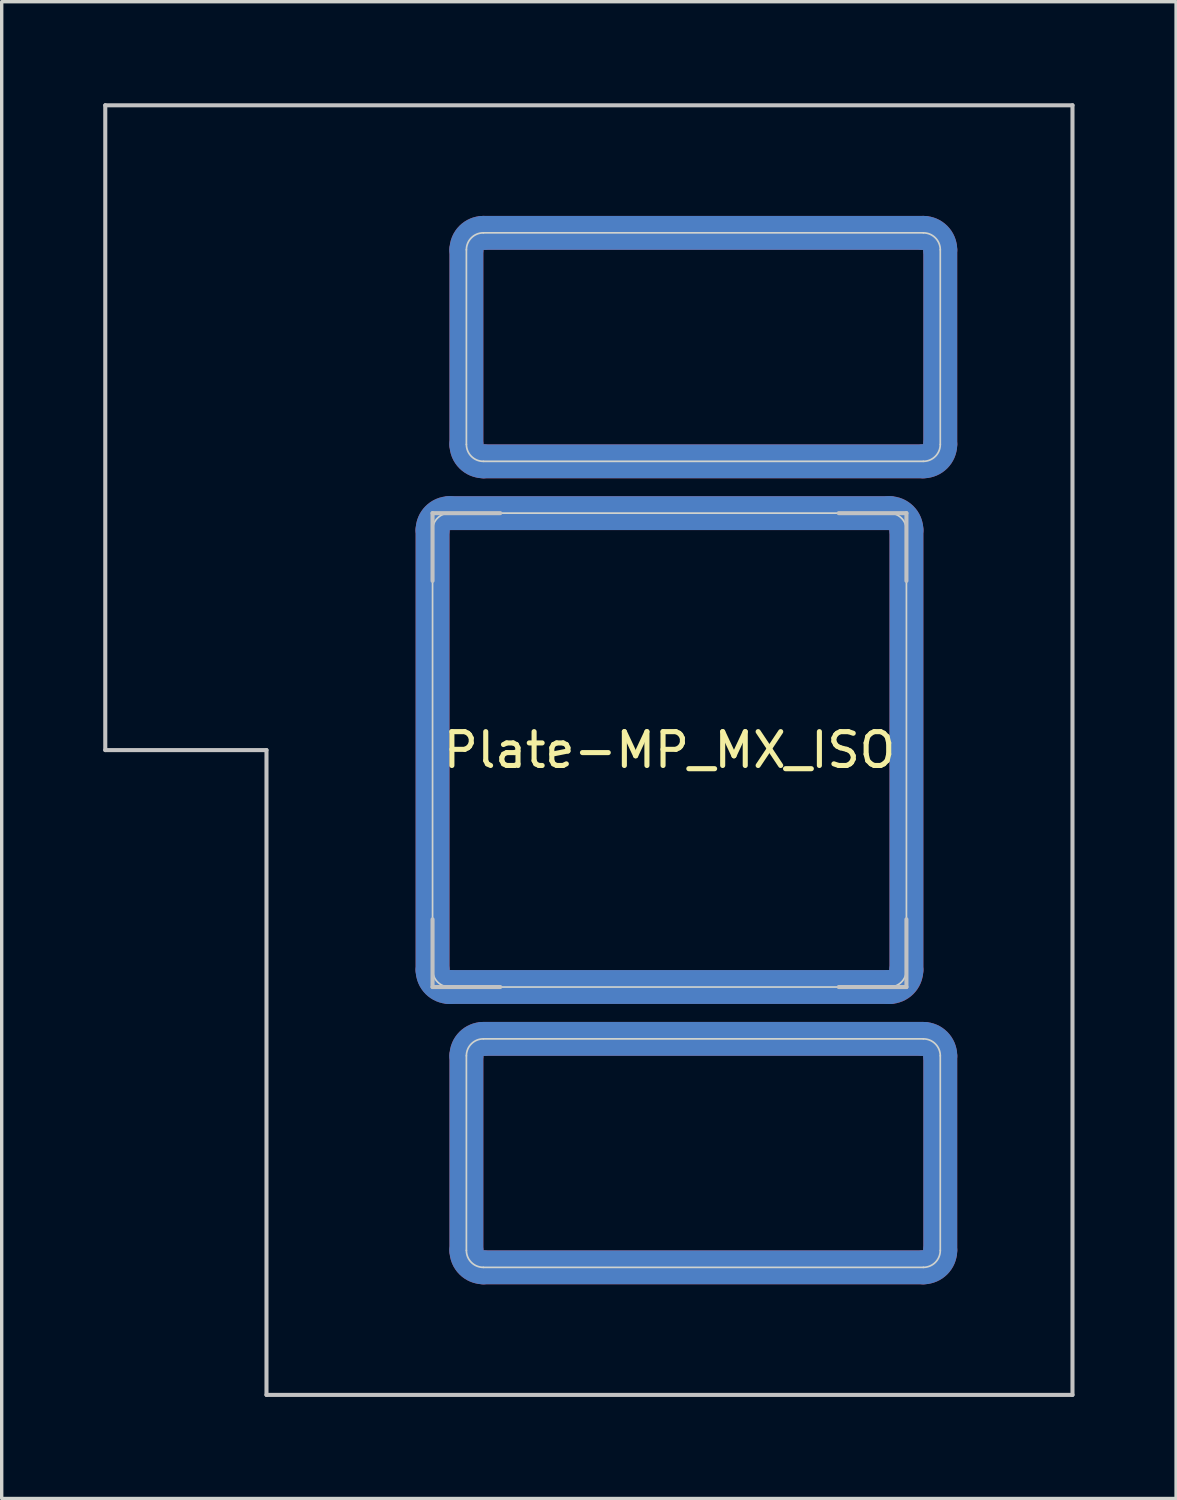
<source format=kicad_pcb>
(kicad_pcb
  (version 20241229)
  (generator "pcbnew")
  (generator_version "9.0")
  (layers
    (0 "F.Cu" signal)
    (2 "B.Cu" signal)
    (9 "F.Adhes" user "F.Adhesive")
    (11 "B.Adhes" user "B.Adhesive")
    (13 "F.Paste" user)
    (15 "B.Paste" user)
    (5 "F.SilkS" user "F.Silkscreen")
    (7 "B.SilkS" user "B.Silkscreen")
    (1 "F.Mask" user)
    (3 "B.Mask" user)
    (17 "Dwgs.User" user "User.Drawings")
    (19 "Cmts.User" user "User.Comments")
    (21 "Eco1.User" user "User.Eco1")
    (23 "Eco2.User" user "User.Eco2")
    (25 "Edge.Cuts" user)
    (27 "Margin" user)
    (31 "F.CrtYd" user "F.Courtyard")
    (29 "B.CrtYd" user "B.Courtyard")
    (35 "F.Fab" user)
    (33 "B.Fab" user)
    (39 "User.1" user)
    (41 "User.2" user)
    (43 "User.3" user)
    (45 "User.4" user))
  (footprint "Plate-MP_MX_ISO"
    (layer "F.Cu")
    (at 16.729 19.11)
    (property "Reference" "Plate-MP_MX_ISO" (at 0 0 180) (layer "F.SilkS") (effects (font (size 1 1) (thickness 0.15))))
    (attr exclude_from_pos_files exclude_from_bom allow_missing_courtyard)
    (fp_line (start -7 -6.5) (end -7 6.5) (stroke (width 1) (type solid)) (layer "F.Cu"))
    (fp_line (start -6.5 7) (end 6.5 7) (stroke (width 1) (type solid)) (layer "F.Cu"))
    (fp_line (start -6 -14.781) (end -6 -9.031) (stroke (width 1) (type solid)) (layer "F.Cu"))
    (fp_line (start -6 9.032) (end -6 14.782) (stroke (width 1) (type solid)) (layer "F.Cu"))
    (fp_line (start -5.5 -15.281) (end 7.5 -15.281) (stroke (width 1) (type solid)) (layer "F.Cu"))
    (fp_line (start -5.5 -8.531) (end 7.5 -8.531) (stroke (width 1) (type solid)) (layer "F.Cu"))
    (fp_line (start -5.5 8.532) (end 7.5 8.532) (stroke (width 1) (type solid)) (layer "F.Cu"))
    (fp_line (start -5.5 15.282) (end 7.5 15.282) (stroke (width 1) (type solid)) (layer "F.Cu"))
    (fp_line (start 6.5 -7) (end -6.5 -7) (stroke (width 1) (type solid)) (layer "F.Cu"))
    (fp_line (start 7 6.5) (end 7 -6.5) (stroke (width 1) (type solid)) (layer "F.Cu"))
    (fp_line (start 8 -14.781) (end 8 -9.031) (stroke (width 1) (type solid)) (layer "F.Cu"))
    (fp_line (start 8 9.032) (end 8 14.782) (stroke (width 1) (type solid)) (layer "F.Cu"))
    (fp_arc (start -7 -6.5) (mid -6.853554 -6.853554) (end -6.5 -7) (stroke (width 1) (type solid)) (layer "F.Cu"))
    (fp_arc (start -6.497236 6.998884) (mid -6.85079 6.852438) (end -6.997236 6.498884) (stroke (width 1) (type solid)) (layer "F.Cu"))
    (fp_arc (start -5.999999 -14.780645) (mid -5.853552 -15.134198) (end -5.499999 -15.280645) (stroke (width 1) (type solid)) (layer "F.Cu"))
    (fp_arc (start -5.999999 9.031855) (mid -5.853552 8.678302) (end -5.499999 8.531855) (stroke (width 1) (type solid)) (layer "F.Cu"))
    (fp_arc (start -5.499999 -8.530645) (mid -5.853552 -8.677092) (end -5.999999 -9.030645) (stroke (width 1) (type solid)) (layer "F.Cu"))
    (fp_arc (start -5.499999 15.281855) (mid -5.853552 15.135408) (end -5.999999 14.781855) (stroke (width 1) (type solid)) (layer "F.Cu"))
    (fp_arc (start 6.5 -7) (mid 6.853554 -6.853554) (end 7 -6.5) (stroke (width 1) (type solid)) (layer "F.Cu"))
    (fp_arc (start 7 6.5) (mid 6.853554 6.853554) (end 6.5 7) (stroke (width 1) (type solid)) (layer "F.Cu"))
    (fp_arc (start 7.500001 -15.280645) (mid 7.853554 -15.134198) (end 8.000001 -14.780645) (stroke (width 1) (type solid)) (layer "F.Cu"))
    (fp_arc (start 7.500001 8.531855) (mid 7.853554 8.678302) (end 8.000001 9.031855) (stroke (width 1) (type solid)) (layer "F.Cu"))
    (fp_arc (start 8.000001 -9.030645) (mid 7.853555 -8.677091) (end 7.500001 -8.530645) (stroke (width 1) (type solid)) (layer "F.Cu"))
    (fp_arc (start 8.000001 14.781855) (mid 7.853555 15.135409) (end 7.500001 15.281855) (stroke (width 1) (type solid)) (layer "F.Cu"))
    (fp_line (start -7 -6.5) (end -7 6.5) (stroke (width 1.1) (type solid)) (layer "F.Mask"))
    (fp_line (start -6.5 7) (end 6.5 7) (stroke (width 1.1) (type solid)) (layer "F.Mask"))
    (fp_line (start -6 -9.031) (end -6 -14.781) (stroke (width 1.1) (type solid)) (layer "F.Mask"))
    (fp_line (start -6 14.782) (end -6 9.032) (stroke (width 1.1) (type solid)) (layer "F.Mask"))
    (fp_line (start -5.5 -15.281) (end 7.5 -15.281) (stroke (width 1.1) (type solid)) (layer "F.Mask"))
    (fp_line (start -5.5 -8.531) (end 7.5 -8.531) (stroke (width 1.1) (type solid)) (layer "F.Mask"))
    (fp_line (start -5.5 8.532) (end 7.5 8.532) (stroke (width 1.1) (type solid)) (layer "F.Mask"))
    (fp_line (start -5.5 15.282) (end 7.5 15.282) (stroke (width 1.1) (type solid)) (layer "F.Mask"))
    (fp_line (start 6.5 -7) (end -6.5 -7) (stroke (width 1.1) (type solid)) (layer "F.Mask"))
    (fp_line (start 7 6.5) (end 7 -6.5) (stroke (width 1.1) (type solid)) (layer "F.Mask"))
    (fp_line (start 8 -9.031) (end 8 -14.781) (stroke (width 1.1) (type solid)) (layer "F.Mask"))
    (fp_line (start 8 14.782) (end 8 9.032) (stroke (width 1.1) (type solid)) (layer "F.Mask"))
    (fp_arc (start -7 -6.5) (mid -6.853554 -6.853554) (end -6.5 -7) (stroke (width 1.1) (type solid)) (layer "F.Mask"))
    (fp_arc (start -6.497236 6.998884) (mid -6.85079 6.852438) (end -6.997236 6.498884) (stroke (width 1.1) (type solid)) (layer "F.Mask"))
    (fp_arc (start -5.999999 -14.780645) (mid -5.853552 -15.134198) (end -5.499999 -15.280645) (stroke (width 1.1) (type solid)) (layer "F.Mask"))
    (fp_arc (start -5.999999 9.031855) (mid -5.853552 8.678302) (end -5.499999 8.531855) (stroke (width 1.1) (type solid)) (layer "F.Mask"))
    (fp_arc (start -5.499999 -8.530645) (mid -5.853552 -8.677092) (end -5.999999 -9.030645) (stroke (width 1.1) (type solid)) (layer "F.Mask"))
    (fp_arc (start -5.499999 15.281855) (mid -5.853552 15.135408) (end -5.999999 14.781855) (stroke (width 1.1) (type solid)) (layer "F.Mask"))
    (fp_arc (start 6.5 -7) (mid 6.853554 -6.853554) (end 7 -6.5) (stroke (width 1.1) (type solid)) (layer "F.Mask"))
    (fp_arc (start 7 6.5) (mid 6.853554 6.853554) (end 6.5 7) (stroke (width 1.1) (type solid)) (layer "F.Mask"))
    (fp_arc (start 7.500001 -15.280645) (mid 7.853554 -15.134198) (end 8.000001 -14.780645) (stroke (width 1.1) (type solid)) (layer "F.Mask"))
    (fp_arc (start 7.500001 8.531855) (mid 7.853554 8.678302) (end 8.000001 9.031855) (stroke (width 1.1) (type solid)) (layer "F.Mask"))
    (fp_arc (start 8.000001 -9.030645) (mid 7.853554 -8.677092) (end 7.500001 -8.530645) (stroke (width 1.1) (type solid)) (layer "F.Mask"))
    (fp_arc (start 8.000001 14.781855) (mid 7.853554 15.135408) (end 7.500001 15.281855) (stroke (width 1.1) (type solid)) (layer "F.Mask"))
    (fp_line (start -7 6.5) (end -7 -6.5) (stroke (width 1) (type solid)) (layer "B.Cu"))
    (fp_line (start -6.5 -7) (end 6.5 -7) (stroke (width 1) (type solid)) (layer "B.Cu"))
    (fp_line (start -6 -9.031) (end -6 -14.781) (stroke (width 1) (type solid)) (layer "B.Cu"))
    (fp_line (start -6 14.782) (end -6 9.032) (stroke (width 1) (type solid)) (layer "B.Cu"))
    (fp_line (start -5.5 -15.281) (end 7.5 -15.281) (stroke (width 1) (type solid)) (layer "B.Cu"))
    (fp_line (start -5.5 -8.531) (end 7.5 -8.531) (stroke (width 1) (type solid)) (layer "B.Cu"))
    (fp_line (start -5.5 8.532) (end 7.5 8.532) (stroke (width 1) (type solid)) (layer "B.Cu"))
    (fp_line (start -5.5 15.282) (end 7.5 15.282) (stroke (width 1) (type solid)) (layer "B.Cu"))
    (fp_line (start 6.5 7) (end -6.5 7) (stroke (width 1) (type solid)) (layer "B.Cu"))
    (fp_line (start 7 -6.5) (end 7 6.5) (stroke (width 1) (type solid)) (layer "B.Cu"))
    (fp_line (start 8 -9.031) (end 8 -14.781) (stroke (width 1) (type solid)) (layer "B.Cu"))
    (fp_line (start 8 14.782) (end 8 9.032) (stroke (width 1) (type solid)) (layer "B.Cu"))
    (fp_arc (start -7 -6.5) (mid -6.853553 -6.853553) (end -6.5 -7) (stroke (width 1) (type solid)) (layer "B.Cu"))
    (fp_arc (start -6.5 7) (mid -6.853553 6.853553) (end -7 6.5) (stroke (width 1) (type solid)) (layer "B.Cu"))
    (fp_arc (start -5.999999 -14.780645) (mid -5.853552 -15.134198) (end -5.499999 -15.280645) (stroke (width 1) (type solid)) (layer "B.Cu"))
    (fp_arc (start -5.999999 9.031855) (mid -5.853552 8.678302) (end -5.499999 8.531855) (stroke (width 1) (type solid)) (layer "B.Cu"))
    (fp_arc (start -5.499999 -8.530645) (mid -5.853552 -8.677092) (end -5.999999 -9.030645) (stroke (width 1) (type solid)) (layer "B.Cu"))
    (fp_arc (start -5.499999 15.281855) (mid -5.853552 15.135408) (end -5.999999 14.781855) (stroke (width 1) (type solid)) (layer "B.Cu"))
    (fp_arc (start 6.5 -7) (mid 6.853554 -6.853554) (end 7 -6.5) (stroke (width 1) (type solid)) (layer "B.Cu"))
    (fp_arc (start 6.997236 6.498884) (mid 6.85079 6.852438) (end 6.497236 6.998884) (stroke (width 1) (type solid)) (layer "B.Cu"))
    (fp_arc (start 7.500001 -15.280645) (mid 7.853554 -15.134198) (end 8.000001 -14.780645) (stroke (width 1) (type solid)) (layer "B.Cu"))
    (fp_arc (start 7.500001 8.531855) (mid 7.853554 8.678302) (end 8.000001 9.031855) (stroke (width 1) (type solid)) (layer "B.Cu"))
    (fp_arc (start 8.000001 -9.030645) (mid 7.853554 -8.677092) (end 7.500001 -8.530645) (stroke (width 1) (type solid)) (layer "B.Cu"))
    (fp_arc (start 8.000001 14.781855) (mid 7.853554 15.135408) (end 7.500001 15.281855) (stroke (width 1) (type solid)) (layer "B.Cu"))
    (fp_line (start -7 6.5) (end -7 -6.5) (stroke (width 1.1) (type solid)) (layer "B.Mask"))
    (fp_line (start -6.5 -7) (end 6.5 -7) (stroke (width 1.1) (type solid)) (layer "B.Mask"))
    (fp_line (start -6 -14.781) (end -6 -9.031) (stroke (width 1.1) (type solid)) (layer "B.Mask"))
    (fp_line (start -6 9.032) (end -6 14.782) (stroke (width 1.1) (type solid)) (layer "B.Mask"))
    (fp_line (start -5.5 -15.281) (end 7.5 -15.281) (stroke (width 1.1) (type solid)) (layer "B.Mask"))
    (fp_line (start -5.5 -8.531) (end 7.5 -8.531) (stroke (width 1.1) (type solid)) (layer "B.Mask"))
    (fp_line (start -5.5 8.532) (end 7.5 8.532) (stroke (width 1.1) (type solid)) (layer "B.Mask"))
    (fp_line (start -5.5 15.282) (end 7.5 15.282) (stroke (width 1.1) (type solid)) (layer "B.Mask"))
    (fp_line (start 6.5 7) (end -6.5 7) (stroke (width 1.1) (type solid)) (layer "B.Mask"))
    (fp_line (start 7 -6.5) (end 7 6.5) (stroke (width 1.1) (type solid)) (layer "B.Mask"))
    (fp_line (start 8 -14.781) (end 8 -9.031) (stroke (width 1.1) (type solid)) (layer "B.Mask"))
    (fp_line (start 8 9.032) (end 8 14.782) (stroke (width 1.1) (type solid)) (layer "B.Mask"))
    (fp_arc (start -7 -6.5) (mid -6.853553 -6.853553) (end -6.5 -7) (stroke (width 1.1) (type solid)) (layer "B.Mask"))
    (fp_arc (start -6.5 7) (mid -6.853553 6.853553) (end -7 6.5) (stroke (width 1.1) (type solid)) (layer "B.Mask"))
    (fp_arc (start -5.999999 -14.780645) (mid -5.853552 -15.134198) (end -5.499999 -15.280645) (stroke (width 1.1) (type solid)) (layer "B.Mask"))
    (fp_arc (start -5.999999 9.031855) (mid -5.853552 8.678302) (end -5.499999 8.531855) (stroke (width 1.1) (type solid)) (layer "B.Mask"))
    (fp_arc (start -5.499999 -8.530645) (mid -5.853552 -8.677092) (end -5.999999 -9.030645) (stroke (width 1.1) (type solid)) (layer "B.Mask"))
    (fp_arc (start -5.499999 15.281855) (mid -5.853552 15.135408) (end -5.999999 14.781855) (stroke (width 1.1) (type solid)) (layer "B.Mask"))
    (fp_arc (start 6.5 -7) (mid 6.853554 -6.853554) (end 7 -6.5) (stroke (width 1.1) (type solid)) (layer "B.Mask"))
    (fp_arc (start 6.997236 6.498884) (mid 6.85079 6.852438) (end 6.497236 6.998884) (stroke (width 1.1) (type solid)) (layer "B.Mask"))
    (fp_arc (start 7.500001 -15.280645) (mid 7.853554 -15.134198) (end 8.000001 -14.780645) (stroke (width 1.1) (type solid)) (layer "B.Mask"))
    (fp_arc (start 7.500001 8.531855) (mid 7.853554 8.678302) (end 8.000001 9.031855) (stroke (width 1.1) (type solid)) (layer "B.Mask"))
    (fp_arc (start 8.000001 -9.030645) (mid 7.853554 -8.677092) (end 7.500001 -8.530645) (stroke (width 1.1) (type solid)) (layer "B.Mask"))
    (fp_arc (start 8.000001 14.781855) (mid 7.853554 15.135408) (end 7.500001 15.281855) (stroke (width 1.1) (type solid)) (layer "B.Mask"))
    (fp_line (start -16.669 -19.05) (end -16.669 0) (stroke (width 0.12) (type solid)) (layer "Dwgs.User"))
    (fp_line (start -16.669 0) (end -11.906 0) (stroke (width 0.12) (type solid)) (layer "Dwgs.User"))
    (fp_line (start -11.906 0) (end -11.906 19.05) (stroke (width 0.12) (type solid)) (layer "Dwgs.User"))
    (fp_line (start -11.906 19.05) (end 11.906 19.05) (stroke (width 0.12) (type solid)) (layer "Dwgs.User"))
    (fp_line (start -7 -7) (end -5 -7) (stroke (width 0.12) (type solid)) (layer "Dwgs.User"))
    (fp_line (start -7 -5) (end -7 -7) (stroke (width 0.12) (type solid)) (layer "Dwgs.User"))
    (fp_line (start -7 7) (end -7 5) (stroke (width 0.12) (type solid)) (layer "Dwgs.User"))
    (fp_line (start -5 7) (end -7 7) (stroke (width 0.12) (type solid)) (layer "Dwgs.User"))
    (fp_line (start 7 -7) (end 5 -7) (stroke (width 0.12) (type solid)) (layer "Dwgs.User"))
    (fp_line (start 7 -5) (end 7 -7) (stroke (width 0.12) (type solid)) (layer "Dwgs.User"))
    (fp_line (start 7 5) (end 7 7) (stroke (width 0.12) (type solid)) (layer "Dwgs.User"))
    (fp_line (start 7 7) (end 5 7) (stroke (width 0.12) (type solid)) (layer "Dwgs.User"))
    (fp_line (start 11.906 -19.05) (end -16.669 -19.05) (stroke (width 0.12) (type solid)) (layer "Dwgs.User"))
    (fp_line (start 11.906 19.05) (end 11.906 -19.05) (stroke (width 0.12) (type solid)) (layer "Dwgs.User"))
    (fp_line (start -7 -6.5) (end -7 6.5) (stroke (width 0.05) (type solid)) (layer "Edge.Cuts"))
    (fp_line (start -6.5 7) (end 6.5 7) (stroke (width 0.05) (type solid)) (layer "Edge.Cuts"))
    (fp_line (start -6 -9.031) (end -6 -14.781) (stroke (width 0.05) (type solid)) (layer "Edge.Cuts"))
    (fp_line (start -6 14.782) (end -6 9.032) (stroke (width 0.05) (type solid)) (layer "Edge.Cuts"))
    (fp_line (start -5.5 -15.281) (end 7.5 -15.281) (stroke (width 0.05) (type solid)) (layer "Edge.Cuts"))
    (fp_line (start -5.5 -8.531) (end 7.5 -8.531) (stroke (width 0.05) (type solid)) (layer "Edge.Cuts"))
    (fp_line (start -5.5 8.532) (end 7.5 8.532) (stroke (width 0.05) (type solid)) (layer "Edge.Cuts"))
    (fp_line (start -5.5 15.282) (end 7.5 15.282) (stroke (width 0.05) (type solid)) (layer "Edge.Cuts"))
    (fp_line (start 6.5 -7) (end -6.5 -7) (stroke (width 0.05) (type solid)) (layer "Edge.Cuts"))
    (fp_line (start 7 6.5) (end 7 -6.5) (stroke (width 0.05) (type solid)) (layer "Edge.Cuts"))
    (fp_line (start 8 -9.031) (end 8 -14.781) (stroke (width 0.05) (type solid)) (layer "Edge.Cuts"))
    (fp_line (start 8 14.782) (end 8 9.032) (stroke (width 0.05) (type solid)) (layer "Edge.Cuts"))
    (fp_arc (start -7 -6.5) (mid -6.853553 -6.853553) (end -6.5 -7) (stroke (width 0.05) (type solid)) (layer "Edge.Cuts"))
    (fp_arc (start -6.497236 6.998884) (mid -6.850789 6.852437) (end -6.997236 6.498884) (stroke (width 0.05) (type solid)) (layer "Edge.Cuts"))
    (fp_arc (start -5.999999 -14.780645) (mid -5.853552 -15.134198) (end -5.499999 -15.280645) (stroke (width 0.05) (type solid)) (layer "Edge.Cuts"))
    (fp_arc (start -5.999999 9.031855) (mid -5.853552 8.678302) (end -5.499999 8.531855) (stroke (width 0.05) (type solid)) (layer "Edge.Cuts"))
    (fp_arc (start -5.499999 -8.530645) (mid -5.853552 -8.677092) (end -5.999999 -9.030645) (stroke (width 0.05) (type solid)) (layer "Edge.Cuts"))
    (fp_arc (start -5.499999 15.281855) (mid -5.853552 15.135408) (end -5.999999 14.781855) (stroke (width 0.05) (type solid)) (layer "Edge.Cuts"))
    (fp_arc (start 6.5 -7) (mid 6.853554 -6.853554) (end 7 -6.5) (stroke (width 0.05) (type solid)) (layer "Edge.Cuts"))
    (fp_arc (start 7 6.5) (mid 6.853554 6.853554) (end 6.5 7) (stroke (width 0.05) (type solid)) (layer "Edge.Cuts"))
    (fp_arc (start 7.500001 -15.280645) (mid 7.853554 -15.134198) (end 8.000001 -14.780645) (stroke (width 0.05) (type solid)) (layer "Edge.Cuts"))
    (fp_arc (start 7.500001 8.531855) (mid 7.853554 8.678302) (end 8.000001 9.031855) (stroke (width 0.05) (type solid)) (layer "Edge.Cuts"))
    (fp_arc (start 8.000001 -9.030645) (mid 7.853554 -8.677092) (end 7.500001 -8.530645) (stroke (width 0.05) (type solid)) (layer "Edge.Cuts"))
    (fp_arc (start 8.000001 14.781855) (mid 7.853554 15.135408) (end 7.500001 15.281855) (stroke (width 0.05) (type solid)) (layer "Edge.Cuts")))
  (gr_rect
    (start -3 -3)
    (end 31.695 41.22)
    (stroke (width 0.1) (type default))
    (fill no)
    (layer "Edge.Cuts")))
</source>
